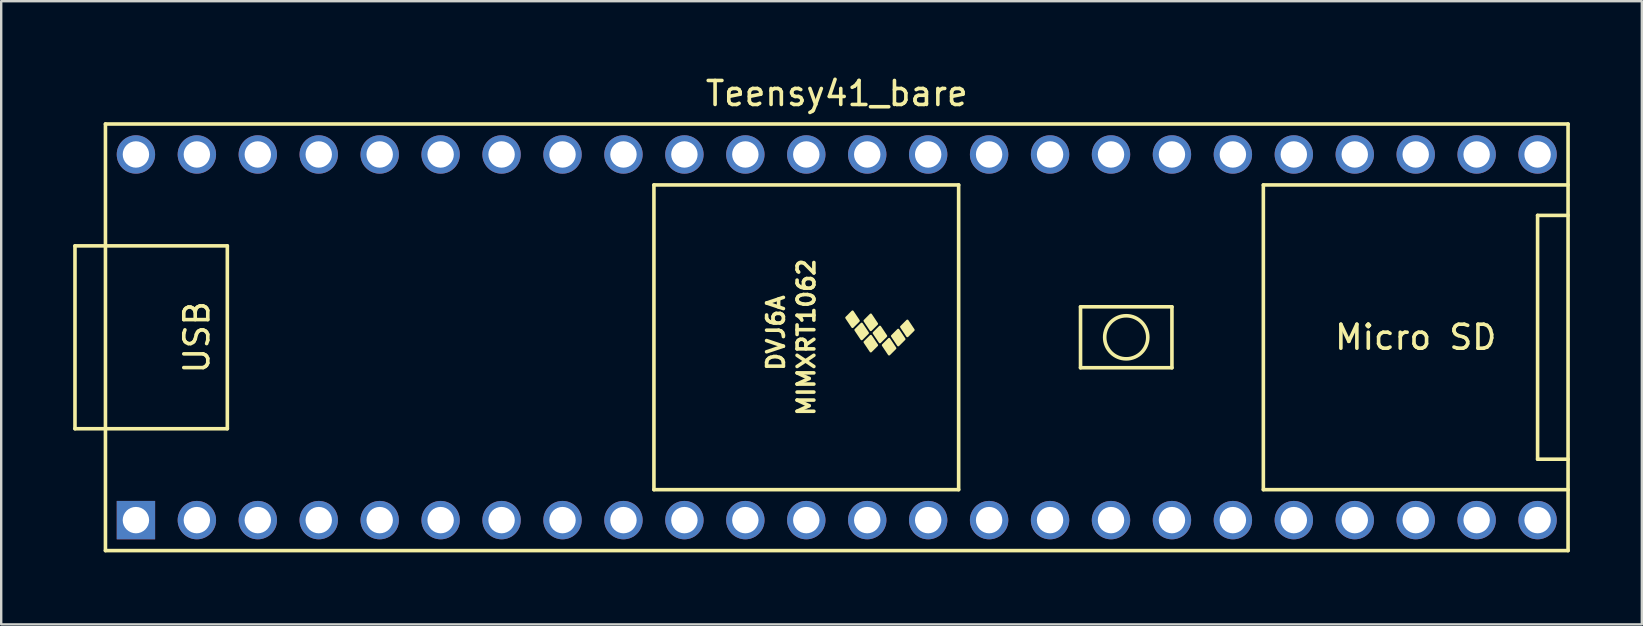
<source format=kicad_pcb>
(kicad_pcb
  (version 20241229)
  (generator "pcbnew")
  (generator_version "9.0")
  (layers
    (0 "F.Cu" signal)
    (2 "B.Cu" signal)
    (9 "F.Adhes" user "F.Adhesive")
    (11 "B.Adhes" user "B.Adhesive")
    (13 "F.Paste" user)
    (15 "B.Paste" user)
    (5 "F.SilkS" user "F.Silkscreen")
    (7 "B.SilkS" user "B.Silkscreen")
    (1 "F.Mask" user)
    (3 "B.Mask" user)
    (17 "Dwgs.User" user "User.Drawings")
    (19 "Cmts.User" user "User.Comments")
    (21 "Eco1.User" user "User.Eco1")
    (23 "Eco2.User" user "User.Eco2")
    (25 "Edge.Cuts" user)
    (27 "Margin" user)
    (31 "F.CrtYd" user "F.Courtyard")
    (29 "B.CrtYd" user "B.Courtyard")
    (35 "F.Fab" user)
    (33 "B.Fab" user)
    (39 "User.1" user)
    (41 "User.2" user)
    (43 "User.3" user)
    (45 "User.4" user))
  (footprint "Teensy41_bare"
    (layer "F.Cu")
    (at 31.825 11.008)
    (property "Reference" "Teensy41_bare" (at 0 -10.16 0) (layer "F.SilkS") (effects (font (size 1 1) (thickness 0.15))))
    (attr through_hole)
    (fp_line (start -31.75 -3.81) (end -30.48 -3.81) (stroke (width 0.15) (type solid)) (layer "F.SilkS"))
    (fp_line (start -31.75 3.81) (end -31.75 -3.81) (stroke (width 0.15) (type solid)) (layer "F.SilkS"))
    (fp_line (start -30.48 -8.89) (end 30.48 -8.89) (stroke (width 0.15) (type solid)) (layer "F.SilkS"))
    (fp_line (start -30.48 3.81) (end -31.75 3.81) (stroke (width 0.15) (type solid)) (layer "F.SilkS"))
    (fp_line (start -30.48 8.89) (end -30.48 -8.89) (stroke (width 0.15) (type solid)) (layer "F.SilkS"))
    (fp_line (start -25.4 -3.81) (end -30.48 -3.81) (stroke (width 0.15) (type solid)) (layer "F.SilkS"))
    (fp_line (start -25.4 3.81) (end -30.48 3.81) (stroke (width 0.15) (type solid)) (layer "F.SilkS"))
    (fp_line (start -25.4 3.81) (end -25.4 -3.81) (stroke (width 0.15) (type solid)) (layer "F.SilkS"))
    (fp_line (start -7.62 -6.35) (end -7.62 6.35) (stroke (width 0.15) (type solid)) (layer "F.SilkS"))
    (fp_line (start -7.62 6.35) (end 5.08 6.35) (stroke (width 0.15) (type solid)) (layer "F.SilkS"))
    (fp_line (start 5.08 -6.35) (end -7.62 -6.35) (stroke (width 0.15) (type solid)) (layer "F.SilkS"))
    (fp_line (start 5.08 6.35) (end 5.08 -6.35) (stroke (width 0.15) (type solid)) (layer "F.SilkS"))
    (fp_line (start 10.16 -1.27) (end 13.97 -1.27) (stroke (width 0.15) (type solid)) (layer "F.SilkS"))
    (fp_line (start 10.16 1.27) (end 10.16 -1.27) (stroke (width 0.15) (type solid)) (layer "F.SilkS"))
    (fp_line (start 13.97 -1.27) (end 13.97 1.27) (stroke (width 0.15) (type solid)) (layer "F.SilkS"))
    (fp_line (start 13.97 1.27) (end 10.16 1.27) (stroke (width 0.15) (type solid)) (layer "F.SilkS"))
    (fp_line (start 17.78 -6.35) (end 17.78 6.35) (stroke (width 0.15) (type solid)) (layer "F.SilkS"))
    (fp_line (start 17.78 6.35) (end 30.48 6.35) (stroke (width 0.15) (type solid)) (layer "F.SilkS"))
    (fp_line (start 29.21 -5.08) (end 29.21 5.08) (stroke (width 0.15) (type solid)) (layer "F.SilkS"))
    (fp_line (start 29.21 5.08) (end 30.48 5.08) (stroke (width 0.15) (type solid)) (layer "F.SilkS"))
    (fp_line (start 30.48 -8.89) (end 30.48 8.89) (stroke (width 0.15) (type solid)) (layer "F.SilkS"))
    (fp_line (start 30.48 -6.35) (end 17.78 -6.35) (stroke (width 0.15) (type solid)) (layer "F.SilkS"))
    (fp_line (start 30.48 -5.08) (end 29.21 -5.08) (stroke (width 0.15) (type solid)) (layer "F.SilkS"))
    (fp_line (start 30.48 8.89) (end -30.48 8.89) (stroke (width 0.15) (type solid)) (layer "F.SilkS"))
    (fp_circle (center 12.065 0) (end 12.7 -0.635) (stroke (width 0.15) (type solid)) (fill no) (layer "F.SilkS"))
    (fp_poly (pts (xy 0.911 -0.688) (xy 0.657 -0.434) (xy 0.403 -0.815) (xy 0.657 -1.069)) (stroke (width 0.1) (type solid)) (fill yes) (layer "F.SilkS"))
    (fp_poly (pts (xy 1.292 -0.18) (xy 1.038 0.074) (xy 0.784 -0.307) (xy 1.038 -0.561)) (stroke (width 0.1) (type solid)) (fill yes) (layer "F.SilkS"))
    (fp_poly (pts (xy 1.673 -0.561) (xy 1.419 -0.307) (xy 1.165 -0.688) (xy 1.419 -0.942)) (stroke (width 0.1) (type solid)) (fill yes) (layer "F.SilkS"))
    (fp_poly (pts (xy 1.673 0.328) (xy 1.419 0.582) (xy 1.165 0.201) (xy 1.419 -0.053)) (stroke (width 0.1) (type solid)) (fill yes) (layer "F.SilkS"))
    (fp_poly (pts (xy 2.054 -0.053) (xy 1.8 0.201) (xy 1.546 -0.18) (xy 1.8 -0.434)) (stroke (width 0.1) (type solid)) (fill yes) (layer "F.SilkS"))
    (fp_poly (pts (xy 2.435 0.455) (xy 2.181 0.709) (xy 1.927 0.328) (xy 2.181 0.074)) (stroke (width 0.1) (type solid)) (fill yes) (layer "F.SilkS"))
    (fp_poly (pts (xy 2.816 0.074) (xy 2.562 0.328) (xy 2.308 -0.053) (xy 2.562 -0.307)) (stroke (width 0.1) (type solid)) (fill yes) (layer "F.SilkS"))
    (fp_poly (pts (xy 3.197 -0.307) (xy 2.943 -0.053) (xy 2.689 -0.434) (xy 2.943 -0.688)) (stroke (width 0.1) (type solid)) (fill yes) (layer "F.SilkS"))
    (fp_text user "USB" (at -26.67 0 270) (layer "F.SilkS") (effects (font (size 1 1) (thickness 0.15))))
    (fp_text user "Micro SD" (at 24.13 0 0) (layer "F.SilkS") (effects (font (size 1 1) (thickness 0.15))))
    (fp_text user "DVJ6A" (at -2.54 -0.18 270) (layer "F.SilkS") (effects (font (size 0.7 0.7) (thickness 0.15))))
    (fp_text user "MIMXRT1062" (at -1.27 0 270) (layer "F.SilkS") (effects (font (size 0.7 0.7) (thickness 0.15))))
    (pad "1" thru_hole rect (at -29.21 7.62) (size 1.6 1.6) (drill 1.1) (layers "*.Cu" "*.Mask"))
    (pad "2" thru_hole circle (at -26.67 7.62) (size 1.6 1.6) (drill 1.1) (layers "*.Cu" "*.Mask"))
    (pad "3" thru_hole circle (at -24.13 7.62) (size 1.6 1.6) (drill 1.1) (layers "*.Cu" "*.Mask"))
    (pad "4" thru_hole circle (at -21.59 7.62) (size 1.6 1.6) (drill 1.1) (layers "*.Cu" "*.Mask"))
    (pad "5" thru_hole circle (at -19.05 7.62) (size 1.6 1.6) (drill 1.1) (layers "*.Cu" "*.Mask"))
    (pad "6" thru_hole circle (at -16.51 7.62) (size 1.6 1.6) (drill 1.1) (layers "*.Cu" "*.Mask"))
    (pad "7" thru_hole circle (at -13.97 7.62) (size 1.6 1.6) (drill 1.1) (layers "*.Cu" "*.Mask"))
    (pad "8" thru_hole circle (at -11.43 7.62) (size 1.6 1.6) (drill 1.1) (layers "*.Cu" "*.Mask"))
    (pad "9" thru_hole circle (at -8.89 7.62) (size 1.6 1.6) (drill 1.1) (layers "*.Cu" "*.Mask"))
    (pad "10" thru_hole circle (at -6.35 7.62) (size 1.6 1.6) (drill 1.1) (layers "*.Cu" "*.Mask"))
    (pad "11" thru_hole circle (at -3.81 7.62) (size 1.6 1.6) (drill 1.1) (layers "*.Cu" "*.Mask"))
    (pad "12" thru_hole circle (at -1.27 7.62) (size 1.6 1.6) (drill 1.1) (layers "*.Cu" "*.Mask"))
    (pad "13" thru_hole circle (at 1.27 7.62) (size 1.6 1.6) (drill 1.1) (layers "*.Cu" "*.Mask"))
    (pad "14" thru_hole circle (at 3.81 7.62) (size 1.6 1.6) (drill 1.1) (layers "*.Cu" "*.Mask"))
    (pad "15" thru_hole circle (at 6.35 7.62) (size 1.6 1.6) (drill 1.1) (layers "*.Cu" "*.Mask"))
    (pad "16" thru_hole circle (at 8.89 7.62) (size 1.6 1.6) (drill 1.1) (layers "*.Cu" "*.Mask"))
    (pad "17" thru_hole circle (at 11.43 7.62) (size 1.6 1.6) (drill 1.1) (layers "*.Cu" "*.Mask"))
    (pad "18" thru_hole circle (at 13.97 7.62) (size 1.6 1.6) (drill 1.1) (layers "*.Cu" "*.Mask"))
    (pad "19" thru_hole circle (at 16.51 7.62) (size 1.6 1.6) (drill 1.1) (layers "*.Cu" "*.Mask"))
    (pad "20" thru_hole circle (at 19.05 7.62) (size 1.6 1.6) (drill 1.1) (layers "*.Cu" "*.Mask"))
    (pad "21" thru_hole circle (at 21.59 7.62) (size 1.6 1.6) (drill 1.1) (layers "*.Cu" "*.Mask"))
    (pad "22" thru_hole circle (at 24.13 7.62) (size 1.6 1.6) (drill 1.1) (layers "*.Cu" "*.Mask"))
    (pad "23" thru_hole circle (at 26.67 7.62) (size 1.6 1.6) (drill 1.1) (layers "*.Cu" "*.Mask"))
    (pad "24" thru_hole circle (at 29.21 7.62) (size 1.6 1.6) (drill 1.1) (layers "*.Cu" "*.Mask"))
    (pad "25" thru_hole circle (at 29.21 -7.62) (size 1.6 1.6) (drill 1.1) (layers "*.Cu" "*.Mask"))
    (pad "26" thru_hole circle (at 26.67 -7.62) (size 1.6 1.6) (drill 1.1) (layers "*.Cu" "*.Mask"))
    (pad "27" thru_hole circle (at 24.13 -7.62) (size 1.6 1.6) (drill 1.1) (layers "*.Cu" "*.Mask"))
    (pad "28" thru_hole circle (at 21.59 -7.62) (size 1.6 1.6) (drill 1.1) (layers "*.Cu" "*.Mask"))
    (pad "29" thru_hole circle (at 19.05 -7.62) (size 1.6 1.6) (drill 1.1) (layers "*.Cu" "*.Mask"))
    (pad "30" thru_hole circle (at 16.51 -7.62) (size 1.6 1.6) (drill 1.1) (layers "*.Cu" "*.Mask"))
    (pad "31" thru_hole circle (at 13.97 -7.62) (size 1.6 1.6) (drill 1.1) (layers "*.Cu" "*.Mask"))
    (pad "32" thru_hole circle (at 11.43 -7.62) (size 1.6 1.6) (drill 1.1) (layers "*.Cu" "*.Mask"))
    (pad "33" thru_hole circle (at 8.89 -7.62) (size 1.6 1.6) (drill 1.1) (layers "*.Cu" "*.Mask"))
    (pad "34" thru_hole circle (at 6.35 -7.62) (size 1.6 1.6) (drill 1.1) (layers "*.Cu" "*.Mask"))
    (pad "35" thru_hole circle (at 3.81 -7.62) (size 1.6 1.6) (drill 1.1) (layers "*.Cu" "*.Mask"))
    (pad "36" thru_hole circle (at 1.27 -7.62) (size 1.6 1.6) (drill 1.1) (layers "*.Cu" "*.Mask"))
    (pad "37" thru_hole circle (at -1.27 -7.62) (size 1.6 1.6) (drill 1.1) (layers "*.Cu" "*.Mask"))
    (pad "38" thru_hole circle (at -3.81 -7.62) (size 1.6 1.6) (drill 1.1) (layers "*.Cu" "*.Mask"))
    (pad "39" thru_hole circle (at -6.35 -7.62) (size 1.6 1.6) (drill 1.1) (layers "*.Cu" "*.Mask"))
    (pad "40" thru_hole circle (at -8.89 -7.62) (size 1.6 1.6) (drill 1.1) (layers "*.Cu" "*.Mask"))
    (pad "41" thru_hole circle (at -11.43 -7.62) (size 1.6 1.6) (drill 1.1) (layers "*.Cu" "*.Mask"))
    (pad "42" thru_hole circle (at -13.97 -7.62) (size 1.6 1.6) (drill 1.1) (layers "*.Cu" "*.Mask"))
    (pad "43" thru_hole circle (at -16.51 -7.62) (size 1.6 1.6) (drill 1.1) (layers "*.Cu" "*.Mask"))
    (pad "44" thru_hole circle (at -19.05 -7.62) (size 1.6 1.6) (drill 1.1) (layers "*.Cu" "*.Mask"))
    (pad "45" thru_hole circle (at -21.59 -7.62) (size 1.6 1.6) (drill 1.1) (layers "*.Cu" "*.Mask"))
    (pad "46" thru_hole circle (at -24.13 -7.62) (size 1.6 1.6) (drill 1.1) (layers "*.Cu" "*.Mask"))
    (pad "47" thru_hole circle (at -26.67 -7.62) (size 1.6 1.6) (drill 1.1) (layers "*.Cu" "*.Mask"))
    (pad "48" thru_hole circle (at -29.21 -7.62) (size 1.6 1.6) (drill 1.1) (layers "*.Cu" "*.Mask")))
  (gr_rect
    (start -3 -3)
    (end 65.38 22.973)
    (stroke (width 0.1) (type default))
    (fill no)
    (layer "Edge.Cuts")))
</source>
